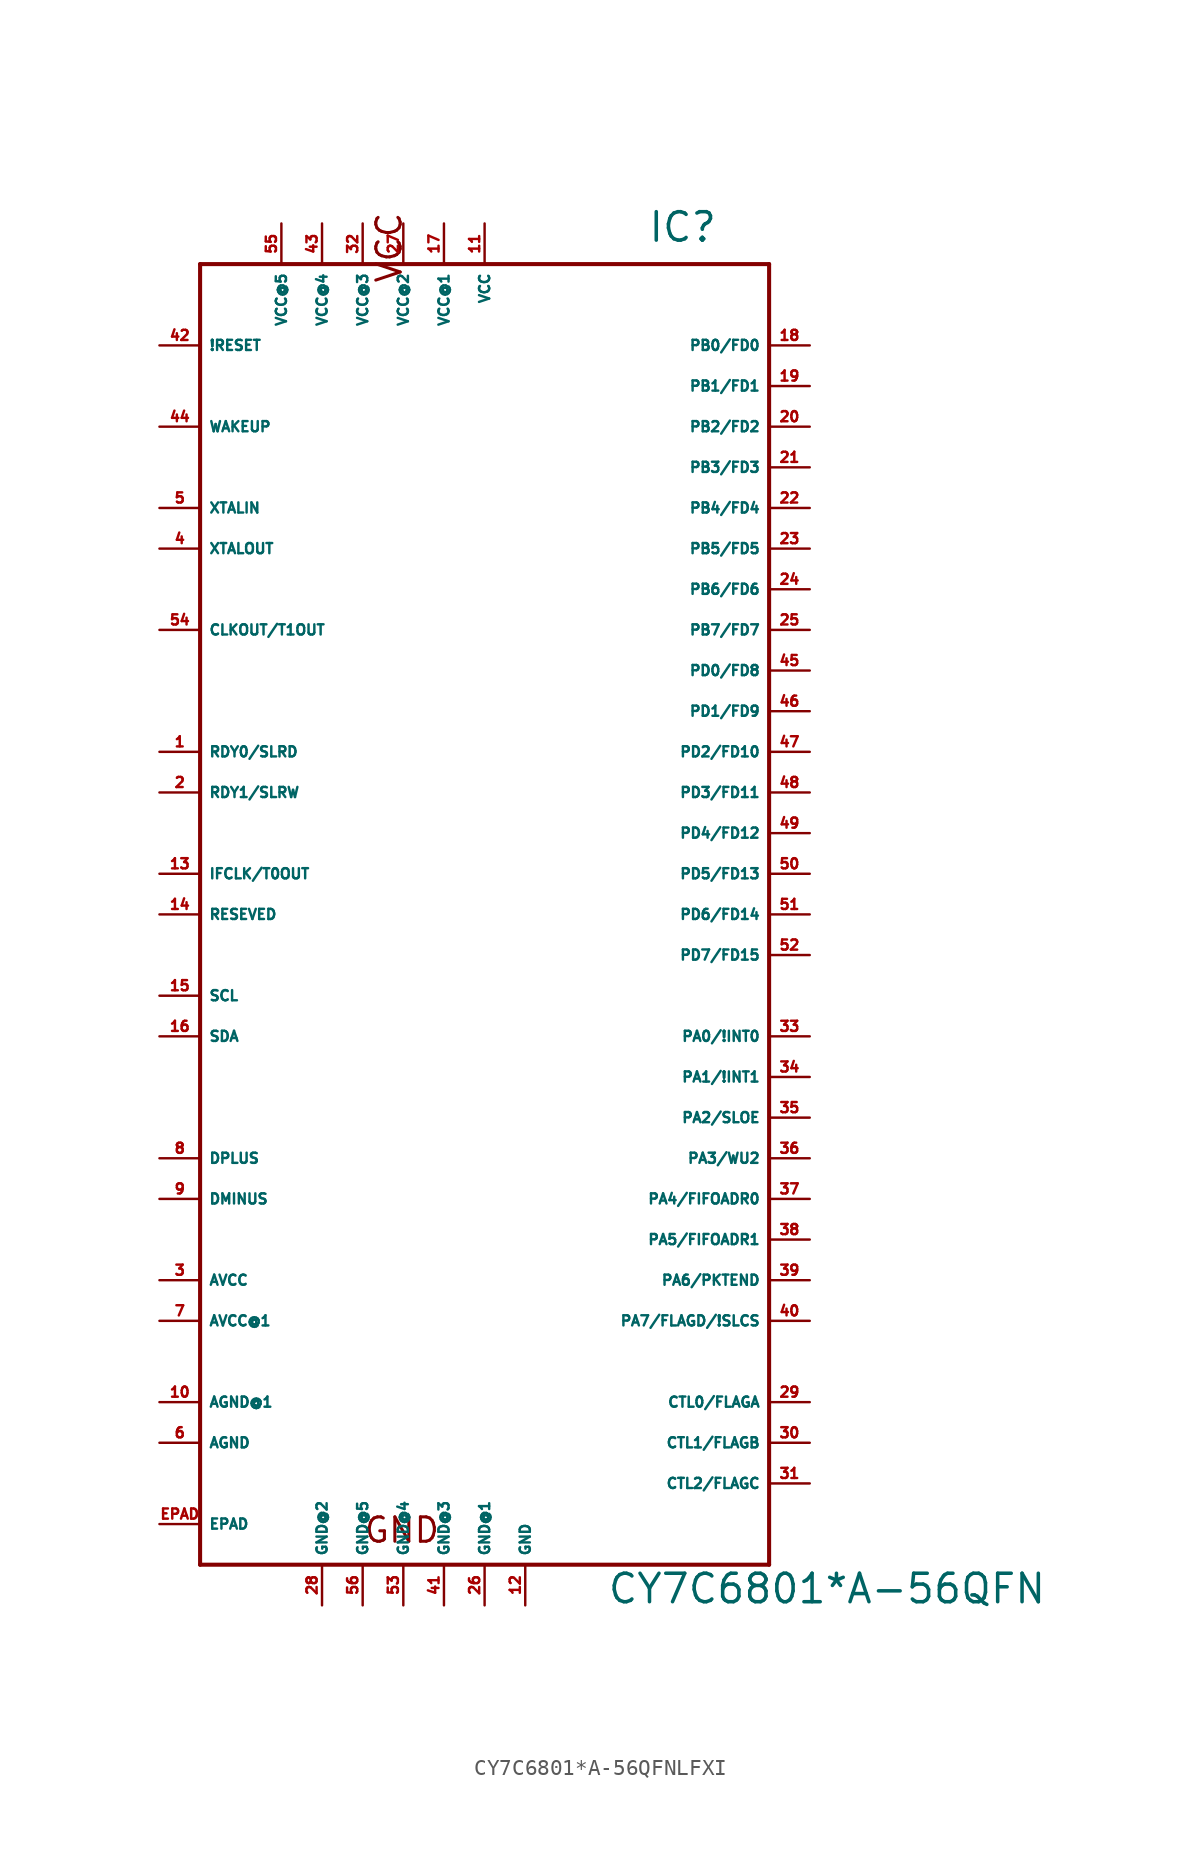
<source format=kicad_sym>
(kicad_symbol_lib
  (version 20220914)
  (generator Eagle2Kicad)
  (symbol "CY7C6801*A-56QFNLFXI"
    (property "Reference" "IC"
      (at 10.16 39.37 0)
      (effects (font (size 1.778 1.778) (thickness 0.22)) (justify left bottom)))
    (property "Value" "CY7C6801*A-56QFN"
      (at 7.62 -45.72 0)
      (effects (font (size 1.778 1.778) (thickness 0.22)) (justify left bottom)))
    (polyline
      (pts (xy -17.78 38.1) (xy 17.78 38.1))
      (stroke (width 0.254) (type default))
      (fill (type none)))
    (polyline
      (pts (xy 17.78 38.1) (xy 17.78 -43.18))
      (stroke (width 0.254) (type default))
      (fill (type none)))
    (polyline
      (pts (xy 17.78 -43.18) (xy -17.78 -43.18))
      (stroke (width 0.254) (type default))
      (fill (type none)))
    (polyline
      (pts (xy -17.78 -43.18) (xy -17.78 38.1))
      (stroke (width 0.254) (type default))
      (fill (type none)))
    (text "GND"
      (at -7.62 -41.91 0)
      (effects (font (size 1.524 1.524) (thickness 0.19)) (justify left bottom)))
    (text "VCC"
      (at -5.08 36.83 1800)
      (effects (font (size 1.524 1.524) (thickness 0.19)) (justify left bottom)))
    (pin input line
      (at -20.32 15.24 0)
      (length 2.54)
      (name "CLKOUT/T1OUT" (effects (font (size 0.635 0.635) (thickness 0.08)) (justify left bottom)))
      (number "54" (effects (font (size 0.635 0.635) (thickness 0.08)) (justify left bottom))))
    (pin input line
      (at 0 40.64 270)
      (length 2.54)
      (name "VCC" (effects (font (size 0.635 0.635) (thickness 0.08)) (justify left bottom)))
      (number "11" (effects (font (size 0.635 0.635) (thickness 0.08)) (justify left bottom))))
    (pin input line
      (at 2.54 -45.72 90)
      (length 2.54)
      (name "GND" (effects (font (size 0.635 0.635) (thickness 0.08)) (justify left bottom)))
      (number "12" (effects (font (size 0.635 0.635) (thickness 0.08)) (justify left bottom))))
    (pin input line
      (at -20.32 7.62 0)
      (length 2.54)
      (name "RDY0/SLRD" (effects (font (size 0.635 0.635) (thickness 0.08)) (justify left bottom)))
      (number "1" (effects (font (size 0.635 0.635) (thickness 0.08)) (justify left bottom))))
    (pin input line
      (at -20.32 5.08 0)
      (length 2.54)
      (name "RDY1/SLRW" (effects (font (size 0.635 0.635) (thickness 0.08)) (justify left bottom)))
      (number "2" (effects (font (size 0.635 0.635) (thickness 0.08)) (justify left bottom))))
    (pin input line
      (at -20.32 -25.4 0)
      (length 2.54)
      (name "AVCC" (effects (font (size 0.635 0.635) (thickness 0.08)) (justify left bottom)))
      (number "3" (effects (font (size 0.635 0.635) (thickness 0.08)) (justify left bottom))))
    (pin input line
      (at -20.32 20.32 0)
      (length 2.54)
      (name "XTALOUT" (effects (font (size 0.635 0.635) (thickness 0.08)) (justify left bottom)))
      (number "4" (effects (font (size 0.635 0.635) (thickness 0.08)) (justify left bottom))))
    (pin input line
      (at -20.32 22.86 0)
      (length 2.54)
      (name "XTALIN" (effects (font (size 0.635 0.635) (thickness 0.08)) (justify left bottom)))
      (number "5" (effects (font (size 0.635 0.635) (thickness 0.08)) (justify left bottom))))
    (pin input line
      (at -20.32 -35.56 0)
      (length 2.54)
      (name "AGND" (effects (font (size 0.635 0.635) (thickness 0.08)) (justify left bottom)))
      (number "6" (effects (font (size 0.635 0.635) (thickness 0.08)) (justify left bottom))))
    (pin input line
      (at -20.32 -27.94 0)
      (length 2.54)
      (name "AVCC@1" (effects (font (size 0.635 0.635) (thickness 0.08)) (justify left bottom)))
      (number "7" (effects (font (size 0.635 0.635) (thickness 0.08)) (justify left bottom))))
    (pin bidirectional line
      (at -20.32 -17.78 0)
      (length 2.54)
      (name "DPLUS" (effects (font (size 0.635 0.635) (thickness 0.08)) (justify left bottom)))
      (number "8" (effects (font (size 0.635 0.635) (thickness 0.08)) (justify left bottom))))
    (pin bidirectional line
      (at -20.32 -20.32 0)
      (length 2.54)
      (name "DMINUS" (effects (font (size 0.635 0.635) (thickness 0.08)) (justify left bottom)))
      (number "9" (effects (font (size 0.635 0.635) (thickness 0.08)) (justify left bottom))))
    (pin input line
      (at -20.32 -33.02 0)
      (length 2.54)
      (name "AGND@1" (effects (font (size 0.635 0.635) (thickness 0.08)) (justify left bottom)))
      (number "10" (effects (font (size 0.635 0.635) (thickness 0.08)) (justify left bottom))))
    (pin input line
      (at -2.54 40.64 270)
      (length 2.54)
      (name "VCC@1" (effects (font (size 0.635 0.635) (thickness 0.08)) (justify left bottom)))
      (number "17" (effects (font (size 0.635 0.635) (thickness 0.08)) (justify left bottom))))
    (pin input line
      (at 0 -45.72 90)
      (length 2.54)
      (name "GND@1" (effects (font (size 0.635 0.635) (thickness 0.08)) (justify left bottom)))
      (number "26" (effects (font (size 0.635 0.635) (thickness 0.08)) (justify left bottom))))
    (pin bidirectional line
      (at -20.32 0 0)
      (length 2.54)
      (name "IFCLK/T0OUT" (effects (font (size 0.635 0.635) (thickness 0.08)) (justify left bottom)))
      (number "13" (effects (font (size 0.635 0.635) (thickness 0.08)) (justify left bottom))))
    (pin input line
      (at -20.32 -2.54 0)
      (length 2.54)
      (name "RESEVED" (effects (font (size 0.635 0.635) (thickness 0.08)) (justify left bottom)))
      (number "14" (effects (font (size 0.635 0.635) (thickness 0.08)) (justify left bottom))))
    (pin output line
      (at -20.32 -7.62 0)
      (length 2.54)
      (name "SCL" (effects (font (size 0.635 0.635) (thickness 0.08)) (justify left bottom)))
      (number "15" (effects (font (size 0.635 0.635) (thickness 0.08)) (justify left bottom))))
    (pin bidirectional line
      (at -20.32 -10.16 0)
      (length 2.54)
      (name "SDA" (effects (font (size 0.635 0.635) (thickness 0.08)) (justify left bottom)))
      (number "16" (effects (font (size 0.635 0.635) (thickness 0.08)) (justify left bottom))))
    (pin input line
      (at -5.08 40.64 270)
      (length 2.54)
      (name "VCC@2" (effects (font (size 0.635 0.635) (thickness 0.08)) (justify left bottom)))
      (number "27" (effects (font (size 0.635 0.635) (thickness 0.08)) (justify left bottom))))
    (pin bidirectional line
      (at 20.32 33.02 180)
      (length 2.54)
      (name "PB0/FD0" (effects (font (size 0.635 0.635) (thickness 0.08)) (justify left bottom)))
      (number "18" (effects (font (size 0.635 0.635) (thickness 0.08)) (justify left bottom))))
    (pin bidirectional line
      (at 20.32 30.48 180)
      (length 2.54)
      (name "PB1/FD1" (effects (font (size 0.635 0.635) (thickness 0.08)) (justify left bottom)))
      (number "19" (effects (font (size 0.635 0.635) (thickness 0.08)) (justify left bottom))))
    (pin bidirectional line
      (at 20.32 27.94 180)
      (length 2.54)
      (name "PB2/FD2" (effects (font (size 0.635 0.635) (thickness 0.08)) (justify left bottom)))
      (number "20" (effects (font (size 0.635 0.635) (thickness 0.08)) (justify left bottom))))
    (pin bidirectional line
      (at 20.32 25.4 180)
      (length 2.54)
      (name "PB3/FD3" (effects (font (size 0.635 0.635) (thickness 0.08)) (justify left bottom)))
      (number "21" (effects (font (size 0.635 0.635) (thickness 0.08)) (justify left bottom))))
    (pin input line
      (at -7.62 40.64 270)
      (length 2.54)
      (name "VCC@3" (effects (font (size 0.635 0.635) (thickness 0.08)) (justify left bottom)))
      (number "32" (effects (font (size 0.635 0.635) (thickness 0.08)) (justify left bottom))))
    (pin input line
      (at -2.54 -45.72 90)
      (length 2.54)
      (name "GND@3" (effects (font (size 0.635 0.635) (thickness 0.08)) (justify left bottom)))
      (number "41" (effects (font (size 0.635 0.635) (thickness 0.08)) (justify left bottom))))
    (pin bidirectional line
      (at 20.32 22.86 180)
      (length 2.54)
      (name "PB4/FD4" (effects (font (size 0.635 0.635) (thickness 0.08)) (justify left bottom)))
      (number "22" (effects (font (size 0.635 0.635) (thickness 0.08)) (justify left bottom))))
    (pin bidirectional line
      (at 20.32 20.32 180)
      (length 2.54)
      (name "PB5/FD5" (effects (font (size 0.635 0.635) (thickness 0.08)) (justify left bottom)))
      (number "23" (effects (font (size 0.635 0.635) (thickness 0.08)) (justify left bottom))))
    (pin bidirectional line
      (at 20.32 17.78 180)
      (length 2.54)
      (name "PB6/FD6" (effects (font (size 0.635 0.635) (thickness 0.08)) (justify left bottom)))
      (number "24" (effects (font (size 0.635 0.635) (thickness 0.08)) (justify left bottom))))
    (pin bidirectional line
      (at 20.32 15.24 180)
      (length 2.54)
      (name "PB7/FD7" (effects (font (size 0.635 0.635) (thickness 0.08)) (justify left bottom)))
      (number "25" (effects (font (size 0.635 0.635) (thickness 0.08)) (justify left bottom))))
    (pin input line
      (at -5.08 -45.72 90)
      (length 2.54)
      (name "GND@4" (effects (font (size 0.635 0.635) (thickness 0.08)) (justify left bottom)))
      (number "53" (effects (font (size 0.635 0.635) (thickness 0.08)) (justify left bottom))))
    (pin input line
      (at -10.16 40.64 270)
      (length 2.54)
      (name "VCC@4" (effects (font (size 0.635 0.635) (thickness 0.08)) (justify left bottom)))
      (number "43" (effects (font (size 0.635 0.635) (thickness 0.08)) (justify left bottom))))
    (pin input line
      (at -7.62 -45.72 90)
      (length 2.54)
      (name "GND@5" (effects (font (size 0.635 0.635) (thickness 0.08)) (justify left bottom)))
      (number "56" (effects (font (size 0.635 0.635) (thickness 0.08)) (justify left bottom))))
    (pin input line
      (at -12.7 40.64 270)
      (length 2.54)
      (name "VCC@5" (effects (font (size 0.635 0.635) (thickness 0.08)) (justify left bottom)))
      (number "55" (effects (font (size 0.635 0.635) (thickness 0.08)) (justify left bottom))))
    (pin output line
      (at 20.32 -33.02 180)
      (length 2.54)
      (name "CTL0/FLAGA" (effects (font (size 0.635 0.635) (thickness 0.08)) (justify left bottom)))
      (number "29" (effects (font (size 0.635 0.635) (thickness 0.08)) (justify left bottom))))
    (pin output line
      (at 20.32 -35.56 180)
      (length 2.54)
      (name "CTL1/FLAGB" (effects (font (size 0.635 0.635) (thickness 0.08)) (justify left bottom)))
      (number "30" (effects (font (size 0.635 0.635) (thickness 0.08)) (justify left bottom))))
    (pin output line
      (at 20.32 -38.1 180)
      (length 2.54)
      (name "CTL2/FLAGC" (effects (font (size 0.635 0.635) (thickness 0.08)) (justify left bottom)))
      (number "31" (effects (font (size 0.635 0.635) (thickness 0.08)) (justify left bottom))))
    (pin bidirectional line
      (at 20.32 -10.16 180)
      (length 2.54)
      (name "PA0/!INT0" (effects (font (size 0.635 0.635) (thickness 0.08)) (justify left bottom)))
      (number "33" (effects (font (size 0.635 0.635) (thickness 0.08)) (justify left bottom))))
    (pin bidirectional line
      (at 20.32 -12.7 180)
      (length 2.54)
      (name "PA1/!INT1" (effects (font (size 0.635 0.635) (thickness 0.08)) (justify left bottom)))
      (number "34" (effects (font (size 0.635 0.635) (thickness 0.08)) (justify left bottom))))
    (pin bidirectional line
      (at 20.32 -15.24 180)
      (length 2.54)
      (name "PA2/SLOE" (effects (font (size 0.635 0.635) (thickness 0.08)) (justify left bottom)))
      (number "35" (effects (font (size 0.635 0.635) (thickness 0.08)) (justify left bottom))))
    (pin bidirectional line
      (at 20.32 -17.78 180)
      (length 2.54)
      (name "PA3/WU2" (effects (font (size 0.635 0.635) (thickness 0.08)) (justify left bottom)))
      (number "36" (effects (font (size 0.635 0.635) (thickness 0.08)) (justify left bottom))))
    (pin bidirectional line
      (at 20.32 -20.32 180)
      (length 2.54)
      (name "PA4/FIFOADR0" (effects (font (size 0.635 0.635) (thickness 0.08)) (justify left bottom)))
      (number "37" (effects (font (size 0.635 0.635) (thickness 0.08)) (justify left bottom))))
    (pin bidirectional line
      (at 20.32 -22.86 180)
      (length 2.54)
      (name "PA5/FIFOADR1" (effects (font (size 0.635 0.635) (thickness 0.08)) (justify left bottom)))
      (number "38" (effects (font (size 0.635 0.635) (thickness 0.08)) (justify left bottom))))
    (pin bidirectional line
      (at 20.32 -25.4 180)
      (length 2.54)
      (name "PA6/PKTEND" (effects (font (size 0.635 0.635) (thickness 0.08)) (justify left bottom)))
      (number "39" (effects (font (size 0.635 0.635) (thickness 0.08)) (justify left bottom))))
    (pin bidirectional line
      (at 20.32 -27.94 180)
      (length 2.54)
      (name "PA7/FLAGD/!SLCS" (effects (font (size 0.635 0.635) (thickness 0.08)) (justify left bottom)))
      (number "40" (effects (font (size 0.635 0.635) (thickness 0.08)) (justify left bottom))))
    (pin bidirectional line
      (at 20.32 12.7 180)
      (length 2.54)
      (name "PD0/FD8" (effects (font (size 0.635 0.635) (thickness 0.08)) (justify left bottom)))
      (number "45" (effects (font (size 0.635 0.635) (thickness 0.08)) (justify left bottom))))
    (pin bidirectional line
      (at 20.32 10.16 180)
      (length 2.54)
      (name "PD1/FD9" (effects (font (size 0.635 0.635) (thickness 0.08)) (justify left bottom)))
      (number "46" (effects (font (size 0.635 0.635) (thickness 0.08)) (justify left bottom))))
    (pin bidirectional line
      (at 20.32 7.62 180)
      (length 2.54)
      (name "PD2/FD10" (effects (font (size 0.635 0.635) (thickness 0.08)) (justify left bottom)))
      (number "47" (effects (font (size 0.635 0.635) (thickness 0.08)) (justify left bottom))))
    (pin bidirectional line
      (at 20.32 5.08 180)
      (length 2.54)
      (name "PD3/FD11" (effects (font (size 0.635 0.635) (thickness 0.08)) (justify left bottom)))
      (number "48" (effects (font (size 0.635 0.635) (thickness 0.08)) (justify left bottom))))
    (pin bidirectional line
      (at 20.32 2.54 180)
      (length 2.54)
      (name "PD4/FD12" (effects (font (size 0.635 0.635) (thickness 0.08)) (justify left bottom)))
      (number "49" (effects (font (size 0.635 0.635) (thickness 0.08)) (justify left bottom))))
    (pin bidirectional line
      (at 20.32 0 180)
      (length 2.54)
      (name "PD5/FD13" (effects (font (size 0.635 0.635) (thickness 0.08)) (justify left bottom)))
      (number "50" (effects (font (size 0.635 0.635) (thickness 0.08)) (justify left bottom))))
    (pin bidirectional line
      (at 20.32 -2.54 180)
      (length 2.54)
      (name "PD6/FD14" (effects (font (size 0.635 0.635) (thickness 0.08)) (justify left bottom)))
      (number "51" (effects (font (size 0.635 0.635) (thickness 0.08)) (justify left bottom))))
    (pin bidirectional line
      (at 20.32 -5.08 180)
      (length 2.54)
      (name "PD7/FD15" (effects (font (size 0.635 0.635) (thickness 0.08)) (justify left bottom)))
      (number "52" (effects (font (size 0.635 0.635) (thickness 0.08)) (justify left bottom))))
    (pin input line
      (at -20.32 27.94 0)
      (length 2.54)
      (name "WAKEUP" (effects (font (size 0.635 0.635) (thickness 0.08)) (justify left bottom)))
      (number "44" (effects (font (size 0.635 0.635) (thickness 0.08)) (justify left bottom))))
    (pin input line
      (at -10.16 -45.72 90)
      (length 2.54)
      (name "GND@2" (effects (font (size 0.635 0.635) (thickness 0.08)) (justify left bottom)))
      (number "28" (effects (font (size 0.635 0.635) (thickness 0.08)) (justify left bottom))))
    (pin input line
      (at -20.32 33.02 0)
      (length 2.54)
      (name "!RESET" (effects (font (size 0.635 0.635) (thickness 0.08)) (justify left bottom)))
      (number "42" (effects (font (size 0.635 0.635) (thickness 0.08)) (justify left bottom))))
    (pin passive line
      (at -20.32 -40.64 0)
      (length 2.54)
      (name "EPAD" (effects (font (size 0.635 0.635) (thickness 0.08)) (justify left bottom)))
      (number "EPAD" (effects (font (size 0.635 0.635) (thickness 0.08)) (justify left bottom))))))
</source>
